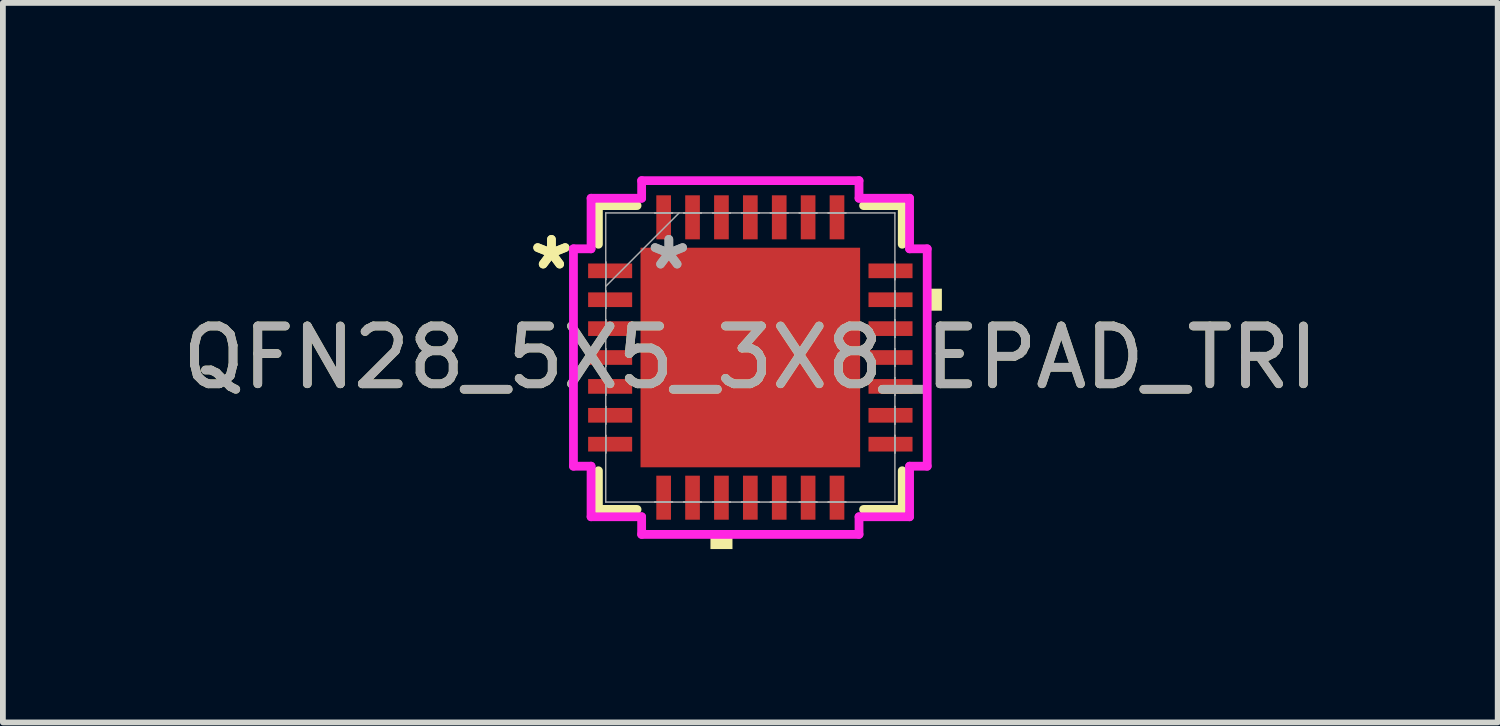
<source format=kicad_pcb>
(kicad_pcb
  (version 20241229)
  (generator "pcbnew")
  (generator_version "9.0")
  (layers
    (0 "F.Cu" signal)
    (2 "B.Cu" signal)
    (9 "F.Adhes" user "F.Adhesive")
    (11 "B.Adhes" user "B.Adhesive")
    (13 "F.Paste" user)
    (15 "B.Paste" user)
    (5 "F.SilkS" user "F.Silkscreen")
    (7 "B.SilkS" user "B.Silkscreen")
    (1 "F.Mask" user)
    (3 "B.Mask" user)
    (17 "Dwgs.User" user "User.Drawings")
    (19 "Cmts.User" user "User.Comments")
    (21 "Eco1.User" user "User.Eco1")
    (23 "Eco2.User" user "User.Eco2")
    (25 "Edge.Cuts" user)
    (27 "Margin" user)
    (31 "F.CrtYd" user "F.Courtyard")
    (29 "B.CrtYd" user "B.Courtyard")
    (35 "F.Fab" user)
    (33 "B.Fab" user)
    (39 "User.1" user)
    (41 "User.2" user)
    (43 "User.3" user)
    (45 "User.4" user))
  (footprint "QFN28_5X5_3X8_EPAD_TRI"
    (layer "F.Cu")
    (at 9.935 3.137)
    (property "Reference" "QFN28_5X5_3X8_EPAD_TRI" (at 0 0 0) (unlocked yes) (layer "F.SilkS") (effects (font (size 1 1) (thickness 0.15))))
    (attr smd)
    (fp_line (start -2.629 -2.629) (end -2.629 -1.96) (stroke (width 0.152) (type solid)) (layer "F.SilkS"))
    (fp_line (start -2.629 1.96) (end -2.629 2.629) (stroke (width 0.152) (type solid)) (layer "F.SilkS"))
    (fp_line (start -2.629 2.629) (end -1.96 2.629) (stroke (width 0.152) (type solid)) (layer "F.SilkS"))
    (fp_line (start -1.96 -2.629) (end -2.629 -2.629) (stroke (width 0.152) (type solid)) (layer "F.SilkS"))
    (fp_line (start 1.96 2.629) (end 2.629 2.629) (stroke (width 0.152) (type solid)) (layer "F.SilkS"))
    (fp_line (start 2.629 -2.629) (end 1.96 -2.629) (stroke (width 0.152) (type solid)) (layer "F.SilkS"))
    (fp_line (start 2.629 -1.96) (end 2.629 -2.629) (stroke (width 0.152) (type solid)) (layer "F.SilkS"))
    (fp_line (start 2.629 2.629) (end 2.629 1.96) (stroke (width 0.152) (type solid)) (layer "F.SilkS"))
    (fp_poly (pts (xy -0.69 3.061) (xy -0.69 3.315) (xy -0.309 3.315) (xy -0.309 3.061)) (stroke (width 0) (type solid)) (fill yes) (layer "F.SilkS"))
    (fp_poly (pts (xy 3.315 -1.191) (xy 3.315 -0.81) (xy 3.061 -0.81) (xy 3.061 -1.191)) (stroke (width 0) (type solid)) (fill yes) (layer "F.SilkS"))
    (fp_line (start -3.061 -1.881) (end -2.756 -1.881) (stroke (width 0.152) (type solid)) (layer "F.CrtYd"))
    (fp_line (start -3.061 1.881) (end -3.061 -1.881) (stroke (width 0.152) (type solid)) (layer "F.CrtYd"))
    (fp_line (start -2.756 -2.756) (end -1.881 -2.756) (stroke (width 0.152) (type solid)) (layer "F.CrtYd"))
    (fp_line (start -2.756 -1.881) (end -2.756 -2.756) (stroke (width 0.152) (type solid)) (layer "F.CrtYd"))
    (fp_line (start -2.756 1.881) (end -3.061 1.881) (stroke (width 0.152) (type solid)) (layer "F.CrtYd"))
    (fp_line (start -2.756 2.756) (end -2.756 1.881) (stroke (width 0.152) (type solid)) (layer "F.CrtYd"))
    (fp_line (start -1.881 -3.061) (end 1.881 -3.061) (stroke (width 0.152) (type solid)) (layer "F.CrtYd"))
    (fp_line (start -1.881 -2.756) (end -1.881 -3.061) (stroke (width 0.152) (type solid)) (layer "F.CrtYd"))
    (fp_line (start -1.881 2.756) (end -2.756 2.756) (stroke (width 0.152) (type solid)) (layer "F.CrtYd"))
    (fp_line (start -1.881 3.061) (end -1.881 2.756) (stroke (width 0.152) (type solid)) (layer "F.CrtYd"))
    (fp_line (start 1.881 -3.061) (end 1.881 -2.756) (stroke (width 0.152) (type solid)) (layer "F.CrtYd"))
    (fp_line (start 1.881 -2.756) (end 2.756 -2.756) (stroke (width 0.152) (type solid)) (layer "F.CrtYd"))
    (fp_line (start 1.881 2.756) (end 1.881 3.061) (stroke (width 0.152) (type solid)) (layer "F.CrtYd"))
    (fp_line (start 1.881 3.061) (end -1.881 3.061) (stroke (width 0.152) (type solid)) (layer "F.CrtYd"))
    (fp_line (start 2.756 -2.756) (end 2.756 -1.881) (stroke (width 0.152) (type solid)) (layer "F.CrtYd"))
    (fp_line (start 2.756 -1.881) (end 3.061 -1.881) (stroke (width 0.152) (type solid)) (layer "F.CrtYd"))
    (fp_line (start 2.756 1.881) (end 2.756 2.756) (stroke (width 0.152) (type solid)) (layer "F.CrtYd"))
    (fp_line (start 2.756 2.756) (end 1.881 2.756) (stroke (width 0.152) (type solid)) (layer "F.CrtYd"))
    (fp_line (start 3.061 -1.881) (end 3.061 1.881) (stroke (width 0.152) (type solid)) (layer "F.CrtYd"))
    (fp_line (start 3.061 1.881) (end 2.756 1.881) (stroke (width 0.152) (type solid)) (layer "F.CrtYd"))
    (fp_line (start -2.502 -2.502) (end -2.502 2.502) (stroke (width 0.025) (type solid)) (layer "F.Fab"))
    (fp_line (start -2.502 -1.652) (end -2.502 -1.652) (stroke (width 0.025) (type solid)) (layer "F.Fab"))
    (fp_line (start -2.502 -1.652) (end -2.502 -1.348) (stroke (width 0.025) (type solid)) (layer "F.Fab"))
    (fp_line (start -2.502 -1.348) (end -2.502 -1.652) (stroke (width 0.025) (type solid)) (layer "F.Fab"))
    (fp_line (start -2.502 -1.348) (end -2.502 -1.348) (stroke (width 0.025) (type solid)) (layer "F.Fab"))
    (fp_line (start -2.502 -1.232) (end -1.232 -2.502) (stroke (width 0.025) (type solid)) (layer "F.Fab"))
    (fp_line (start -2.502 -1.152) (end -2.502 -1.152) (stroke (width 0.025) (type solid)) (layer "F.Fab"))
    (fp_line (start -2.502 -1.152) (end -2.502 -0.848) (stroke (width 0.025) (type solid)) (layer "F.Fab"))
    (fp_line (start -2.502 -0.848) (end -2.502 -1.152) (stroke (width 0.025) (type solid)) (layer "F.Fab"))
    (fp_line (start -2.502 -0.848) (end -2.502 -0.848) (stroke (width 0.025) (type solid)) (layer "F.Fab"))
    (fp_line (start -2.502 -0.652) (end -2.502 -0.652) (stroke (width 0.025) (type solid)) (layer "F.Fab"))
    (fp_line (start -2.502 -0.652) (end -2.502 -0.348) (stroke (width 0.025) (type solid)) (layer "F.Fab"))
    (fp_line (start -2.502 -0.348) (end -2.502 -0.652) (stroke (width 0.025) (type solid)) (layer "F.Fab"))
    (fp_line (start -2.502 -0.348) (end -2.502 -0.348) (stroke (width 0.025) (type solid)) (layer "F.Fab"))
    (fp_line (start -2.502 -0.152) (end -2.502 -0.152) (stroke (width 0.025) (type solid)) (layer "F.Fab"))
    (fp_line (start -2.502 -0.152) (end -2.502 0.152) (stroke (width 0.025) (type solid)) (layer "F.Fab"))
    (fp_line (start -2.502 0.152) (end -2.502 -0.152) (stroke (width 0.025) (type solid)) (layer "F.Fab"))
    (fp_line (start -2.502 0.152) (end -2.502 0.152) (stroke (width 0.025) (type solid)) (layer "F.Fab"))
    (fp_line (start -2.502 0.348) (end -2.502 0.348) (stroke (width 0.025) (type solid)) (layer "F.Fab"))
    (fp_line (start -2.502 0.348) (end -2.502 0.652) (stroke (width 0.025) (type solid)) (layer "F.Fab"))
    (fp_line (start -2.502 0.652) (end -2.502 0.348) (stroke (width 0.025) (type solid)) (layer "F.Fab"))
    (fp_line (start -2.502 0.652) (end -2.502 0.652) (stroke (width 0.025) (type solid)) (layer "F.Fab"))
    (fp_line (start -2.502 0.848) (end -2.502 0.848) (stroke (width 0.025) (type solid)) (layer "F.Fab"))
    (fp_line (start -2.502 0.848) (end -2.502 1.152) (stroke (width 0.025) (type solid)) (layer "F.Fab"))
    (fp_line (start -2.502 1.152) (end -2.502 0.848) (stroke (width 0.025) (type solid)) (layer "F.Fab"))
    (fp_line (start -2.502 1.152) (end -2.502 1.152) (stroke (width 0.025) (type solid)) (layer "F.Fab"))
    (fp_line (start -2.502 1.348) (end -2.502 1.348) (stroke (width 0.025) (type solid)) (layer "F.Fab"))
    (fp_line (start -2.502 1.348) (end -2.502 1.652) (stroke (width 0.025) (type solid)) (layer "F.Fab"))
    (fp_line (start -2.502 1.652) (end -2.502 1.348) (stroke (width 0.025) (type solid)) (layer "F.Fab"))
    (fp_line (start -2.502 1.652) (end -2.502 1.652) (stroke (width 0.025) (type solid)) (layer "F.Fab"))
    (fp_line (start -2.502 2.502) (end 2.502 2.502) (stroke (width 0.025) (type solid)) (layer "F.Fab"))
    (fp_line (start -1.652 -2.502) (end -1.652 -2.502) (stroke (width 0.025) (type solid)) (layer "F.Fab"))
    (fp_line (start -1.652 -2.502) (end -1.348 -2.502) (stroke (width 0.025) (type solid)) (layer "F.Fab"))
    (fp_line (start -1.652 2.502) (end -1.652 2.502) (stroke (width 0.025) (type solid)) (layer "F.Fab"))
    (fp_line (start -1.652 2.502) (end -1.348 2.502) (stroke (width 0.025) (type solid)) (layer "F.Fab"))
    (fp_line (start -1.348 -2.502) (end -1.652 -2.502) (stroke (width 0.025) (type solid)) (layer "F.Fab"))
    (fp_line (start -1.348 -2.502) (end -1.348 -2.502) (stroke (width 0.025) (type solid)) (layer "F.Fab"))
    (fp_line (start -1.348 2.502) (end -1.652 2.502) (stroke (width 0.025) (type solid)) (layer "F.Fab"))
    (fp_line (start -1.348 2.502) (end -1.348 2.502) (stroke (width 0.025) (type solid)) (layer "F.Fab"))
    (fp_line (start -1.152 -2.502) (end -1.152 -2.502) (stroke (width 0.025) (type solid)) (layer "F.Fab"))
    (fp_line (start -1.152 -2.502) (end -0.848 -2.502) (stroke (width 0.025) (type solid)) (layer "F.Fab"))
    (fp_line (start -1.152 2.502) (end -1.152 2.502) (stroke (width 0.025) (type solid)) (layer "F.Fab"))
    (fp_line (start -1.152 2.502) (end -0.848 2.502) (stroke (width 0.025) (type solid)) (layer "F.Fab"))
    (fp_line (start -0.848 -2.502) (end -1.152 -2.502) (stroke (width 0.025) (type solid)) (layer "F.Fab"))
    (fp_line (start -0.848 -2.502) (end -0.848 -2.502) (stroke (width 0.025) (type solid)) (layer "F.Fab"))
    (fp_line (start -0.848 2.502) (end -1.152 2.502) (stroke (width 0.025) (type solid)) (layer "F.Fab"))
    (fp_line (start -0.848 2.502) (end -0.848 2.502) (stroke (width 0.025) (type solid)) (layer "F.Fab"))
    (fp_line (start -0.652 -2.502) (end -0.652 -2.502) (stroke (width 0.025) (type solid)) (layer "F.Fab"))
    (fp_line (start -0.652 -2.502) (end -0.348 -2.502) (stroke (width 0.025) (type solid)) (layer "F.Fab"))
    (fp_line (start -0.652 2.502) (end -0.652 2.502) (stroke (width 0.025) (type solid)) (layer "F.Fab"))
    (fp_line (start -0.652 2.502) (end -0.348 2.502) (stroke (width 0.025) (type solid)) (layer "F.Fab"))
    (fp_line (start -0.348 -2.502) (end -0.652 -2.502) (stroke (width 0.025) (type solid)) (layer "F.Fab"))
    (fp_line (start -0.348 -2.502) (end -0.348 -2.502) (stroke (width 0.025) (type solid)) (layer "F.Fab"))
    (fp_line (start -0.348 2.502) (end -0.652 2.502) (stroke (width 0.025) (type solid)) (layer "F.Fab"))
    (fp_line (start -0.348 2.502) (end -0.348 2.502) (stroke (width 0.025) (type solid)) (layer "F.Fab"))
    (fp_line (start -0.152 -2.502) (end -0.152 -2.502) (stroke (width 0.025) (type solid)) (layer "F.Fab"))
    (fp_line (start -0.152 -2.502) (end 0.152 -2.502) (stroke (width 0.025) (type solid)) (layer "F.Fab"))
    (fp_line (start -0.152 2.502) (end -0.152 2.502) (stroke (width 0.025) (type solid)) (layer "F.Fab"))
    (fp_line (start -0.152 2.502) (end 0.152 2.502) (stroke (width 0.025) (type solid)) (layer "F.Fab"))
    (fp_line (start 0.152 -2.502) (end -0.152 -2.502) (stroke (width 0.025) (type solid)) (layer "F.Fab"))
    (fp_line (start 0.152 -2.502) (end 0.152 -2.502) (stroke (width 0.025) (type solid)) (layer "F.Fab"))
    (fp_line (start 0.152 2.502) (end -0.152 2.502) (stroke (width 0.025) (type solid)) (layer "F.Fab"))
    (fp_line (start 0.152 2.502) (end 0.152 2.502) (stroke (width 0.025) (type solid)) (layer "F.Fab"))
    (fp_line (start 0.348 -2.502) (end 0.348 -2.502) (stroke (width 0.025) (type solid)) (layer "F.Fab"))
    (fp_line (start 0.348 -2.502) (end 0.652 -2.502) (stroke (width 0.025) (type solid)) (layer "F.Fab"))
    (fp_line (start 0.348 2.502) (end 0.348 2.502) (stroke (width 0.025) (type solid)) (layer "F.Fab"))
    (fp_line (start 0.348 2.502) (end 0.652 2.502) (stroke (width 0.025) (type solid)) (layer "F.Fab"))
    (fp_line (start 0.652 -2.502) (end 0.348 -2.502) (stroke (width 0.025) (type solid)) (layer "F.Fab"))
    (fp_line (start 0.652 -2.502) (end 0.652 -2.502) (stroke (width 0.025) (type solid)) (layer "F.Fab"))
    (fp_line (start 0.652 2.502) (end 0.348 2.502) (stroke (width 0.025) (type solid)) (layer "F.Fab"))
    (fp_line (start 0.652 2.502) (end 0.652 2.502) (stroke (width 0.025) (type solid)) (layer "F.Fab"))
    (fp_line (start 0.848 -2.502) (end 0.848 -2.502) (stroke (width 0.025) (type solid)) (layer "F.Fab"))
    (fp_line (start 0.848 -2.502) (end 1.152 -2.502) (stroke (width 0.025) (type solid)) (layer "F.Fab"))
    (fp_line (start 0.848 2.502) (end 0.848 2.502) (stroke (width 0.025) (type solid)) (layer "F.Fab"))
    (fp_line (start 0.848 2.502) (end 1.152 2.502) (stroke (width 0.025) (type solid)) (layer "F.Fab"))
    (fp_line (start 1.152 -2.502) (end 0.848 -2.502) (stroke (width 0.025) (type solid)) (layer "F.Fab"))
    (fp_line (start 1.152 -2.502) (end 1.152 -2.502) (stroke (width 0.025) (type solid)) (layer "F.Fab"))
    (fp_line (start 1.152 2.502) (end 0.848 2.502) (stroke (width 0.025) (type solid)) (layer "F.Fab"))
    (fp_line (start 1.152 2.502) (end 1.152 2.502) (stroke (width 0.025) (type solid)) (layer "F.Fab"))
    (fp_line (start 1.348 -2.502) (end 1.348 -2.502) (stroke (width 0.025) (type solid)) (layer "F.Fab"))
    (fp_line (start 1.348 -2.502) (end 1.652 -2.502) (stroke (width 0.025) (type solid)) (layer "F.Fab"))
    (fp_line (start 1.348 2.502) (end 1.348 2.502) (stroke (width 0.025) (type solid)) (layer "F.Fab"))
    (fp_line (start 1.348 2.502) (end 1.652 2.502) (stroke (width 0.025) (type solid)) (layer "F.Fab"))
    (fp_line (start 1.652 -2.502) (end 1.348 -2.502) (stroke (width 0.025) (type solid)) (layer "F.Fab"))
    (fp_line (start 1.652 -2.502) (end 1.652 -2.502) (stroke (width 0.025) (type solid)) (layer "F.Fab"))
    (fp_line (start 1.652 2.502) (end 1.348 2.502) (stroke (width 0.025) (type solid)) (layer "F.Fab"))
    (fp_line (start 1.652 2.502) (end 1.652 2.502) (stroke (width 0.025) (type solid)) (layer "F.Fab"))
    (fp_line (start 2.502 -2.502) (end -2.502 -2.502) (stroke (width 0.025) (type solid)) (layer "F.Fab"))
    (fp_line (start 2.502 -1.652) (end 2.502 -1.652) (stroke (width 0.025) (type solid)) (layer "F.Fab"))
    (fp_line (start 2.502 -1.652) (end 2.502 -1.348) (stroke (width 0.025) (type solid)) (layer "F.Fab"))
    (fp_line (start 2.502 -1.348) (end 2.502 -1.652) (stroke (width 0.025) (type solid)) (layer "F.Fab"))
    (fp_line (start 2.502 -1.348) (end 2.502 -1.348) (stroke (width 0.025) (type solid)) (layer "F.Fab"))
    (fp_line (start 2.502 -1.152) (end 2.502 -1.152) (stroke (width 0.025) (type solid)) (layer "F.Fab"))
    (fp_line (start 2.502 -1.152) (end 2.502 -0.848) (stroke (width 0.025) (type solid)) (layer "F.Fab"))
    (fp_line (start 2.502 -0.848) (end 2.502 -1.152) (stroke (width 0.025) (type solid)) (layer "F.Fab"))
    (fp_line (start 2.502 -0.848) (end 2.502 -0.848) (stroke (width 0.025) (type solid)) (layer "F.Fab"))
    (fp_line (start 2.502 -0.652) (end 2.502 -0.652) (stroke (width 0.025) (type solid)) (layer "F.Fab"))
    (fp_line (start 2.502 -0.652) (end 2.502 -0.348) (stroke (width 0.025) (type solid)) (layer "F.Fab"))
    (fp_line (start 2.502 -0.348) (end 2.502 -0.652) (stroke (width 0.025) (type solid)) (layer "F.Fab"))
    (fp_line (start 2.502 -0.348) (end 2.502 -0.348) (stroke (width 0.025) (type solid)) (layer "F.Fab"))
    (fp_line (start 2.502 -0.152) (end 2.502 -0.152) (stroke (width 0.025) (type solid)) (layer "F.Fab"))
    (fp_line (start 2.502 -0.152) (end 2.502 0.152) (stroke (width 0.025) (type solid)) (layer "F.Fab"))
    (fp_line (start 2.502 0.152) (end 2.502 -0.152) (stroke (width 0.025) (type solid)) (layer "F.Fab"))
    (fp_line (start 2.502 0.152) (end 2.502 0.152) (stroke (width 0.025) (type solid)) (layer "F.Fab"))
    (fp_line (start 2.502 0.348) (end 2.502 0.348) (stroke (width 0.025) (type solid)) (layer "F.Fab"))
    (fp_line (start 2.502 0.348) (end 2.502 0.652) (stroke (width 0.025) (type solid)) (layer "F.Fab"))
    (fp_line (start 2.502 0.652) (end 2.502 0.348) (stroke (width 0.025) (type solid)) (layer "F.Fab"))
    (fp_line (start 2.502 0.652) (end 2.502 0.652) (stroke (width 0.025) (type solid)) (layer "F.Fab"))
    (fp_line (start 2.502 0.848) (end 2.502 0.848) (stroke (width 0.025) (type solid)) (layer "F.Fab"))
    (fp_line (start 2.502 0.848) (end 2.502 1.152) (stroke (width 0.025) (type solid)) (layer "F.Fab"))
    (fp_line (start 2.502 1.152) (end 2.502 0.848) (stroke (width 0.025) (type solid)) (layer "F.Fab"))
    (fp_line (start 2.502 1.152) (end 2.502 1.152) (stroke (width 0.025) (type solid)) (layer "F.Fab"))
    (fp_line (start 2.502 1.348) (end 2.502 1.348) (stroke (width 0.025) (type solid)) (layer "F.Fab"))
    (fp_line (start 2.502 1.348) (end 2.502 1.652) (stroke (width 0.025) (type solid)) (layer "F.Fab"))
    (fp_line (start 2.502 1.652) (end 2.502 1.348) (stroke (width 0.025) (type solid)) (layer "F.Fab"))
    (fp_line (start 2.502 1.652) (end 2.502 1.652) (stroke (width 0.025) (type solid)) (layer "F.Fab"))
    (fp_line (start 2.502 2.502) (end 2.502 -2.502) (stroke (width 0.025) (type solid)) (layer "F.Fab"))
    (fp_text user "*" (at -3.442 -1.5 0) (layer "F.SilkS") (effects (font (size 1 1) (thickness 0.15))))
    (fp_text user "*" (at -3.442 -1.5 0) (unlocked yes) (layer "F.SilkS") (effects (font (size 1 1) (thickness 0.15))))
    (fp_text user "*" (at -1.41 -1.5 0) (layer "F.Fab") (effects (font (size 1 1) (thickness 0.15))))
    (fp_text user "*" (at -1.41 -1.5 0) (unlocked yes) (layer "F.Fab") (effects (font (size 1 1) (thickness 0.15))))
    (fp_text user "${REFERENCE}" (at 0 0 0) (unlocked yes) (layer "F.Fab") (effects (font (size 1 1) (thickness 0.15))))
    (pad "1" smd rect (at -2.426 -1.5 90) (size 0.254 0.762) (layers "F.Cu" "F.Mask" "F.Paste"))
    (pad "2" smd rect (at -2.426 -1 90) (size 0.254 0.762) (layers "F.Cu" "F.Mask" "F.Paste"))
    (pad "3" smd rect (at -2.426 -0.5 90) (size 0.254 0.762) (layers "F.Cu" "F.Mask" "F.Paste"))
    (pad "4" smd rect (at -2.426 0 90) (size 0.254 0.762) (layers "F.Cu" "F.Mask" "F.Paste"))
    (pad "5" smd rect (at -2.426 0.5 90) (size 0.254 0.762) (layers "F.Cu" "F.Mask" "F.Paste"))
    (pad "6" smd rect (at -2.426 1 90) (size 0.254 0.762) (layers "F.Cu" "F.Mask" "F.Paste"))
    (pad "7" smd rect (at -2.426 1.5 90) (size 0.254 0.762) (layers "F.Cu" "F.Mask" "F.Paste"))
    (pad "8" smd rect (at -1.5 2.426) (size 0.254 0.762) (layers "F.Cu" "F.Mask" "F.Paste"))
    (pad "9" smd rect (at -1 2.426) (size 0.254 0.762) (layers "F.Cu" "F.Mask" "F.Paste"))
    (pad "10" smd rect (at -0.5 2.426) (size 0.254 0.762) (layers "F.Cu" "F.Mask" "F.Paste"))
    (pad "11" smd rect (at 0 2.426) (size 0.254 0.762) (layers "F.Cu" "F.Mask" "F.Paste"))
    (pad "12" smd rect (at 0.5 2.426) (size 0.254 0.762) (layers "F.Cu" "F.Mask" "F.Paste"))
    (pad "13" smd rect (at 1 2.426) (size 0.254 0.762) (layers "F.Cu" "F.Mask" "F.Paste"))
    (pad "14" smd rect (at 1.5 2.426) (size 0.254 0.762) (layers "F.Cu" "F.Mask" "F.Paste"))
    (pad "15" smd rect (at 2.426 1.5 90) (size 0.254 0.762) (layers "F.Cu" "F.Mask" "F.Paste"))
    (pad "16" smd rect (at 2.426 1 90) (size 0.254 0.762) (layers "F.Cu" "F.Mask" "F.Paste"))
    (pad "17" smd rect (at 2.426 0.5 90) (size 0.254 0.762) (layers "F.Cu" "F.Mask" "F.Paste"))
    (pad "18" smd rect (at 2.426 0 90) (size 0.254 0.762) (layers "F.Cu" "F.Mask" "F.Paste"))
    (pad "19" smd rect (at 2.426 -0.5 90) (size 0.254 0.762) (layers "F.Cu" "F.Mask" "F.Paste"))
    (pad "20" smd rect (at 2.426 -1 90) (size 0.254 0.762) (layers "F.Cu" "F.Mask" "F.Paste"))
    (pad "21" smd rect (at 2.426 -1.5 90) (size 0.254 0.762) (layers "F.Cu" "F.Mask" "F.Paste"))
    (pad "22" smd rect (at 1.5 -2.426) (size 0.254 0.762) (layers "F.Cu" "F.Mask" "F.Paste"))
    (pad "23" smd rect (at 1 -2.426) (size 0.254 0.762) (layers "F.Cu" "F.Mask" "F.Paste"))
    (pad "24" smd rect (at 0.5 -2.426) (size 0.254 0.762) (layers "F.Cu" "F.Mask" "F.Paste"))
    (pad "25" smd rect (at 0 -2.426) (size 0.254 0.762) (layers "F.Cu" "F.Mask" "F.Paste"))
    (pad "26" smd rect (at -0.5 -2.426) (size 0.254 0.762) (layers "F.Cu" "F.Mask" "F.Paste"))
    (pad "27" smd rect (at -1 -2.426) (size 0.254 0.762) (layers "F.Cu" "F.Mask" "F.Paste"))
    (pad "28" smd rect (at -1.5 -2.426) (size 0.254 0.762) (layers "F.Cu" "F.Mask" "F.Paste"))
    (pad "29" smd rect (at 0 0) (size 3.8 3.8) (layers "F.Cu" "F.Mask" "F.Paste")))
  (gr_rect
    (start -3 -3)
    (end 22.869 9.452)
    (stroke (width 0.1) (type default))
    (fill no)
    (layer "Edge.Cuts")))
</source>
